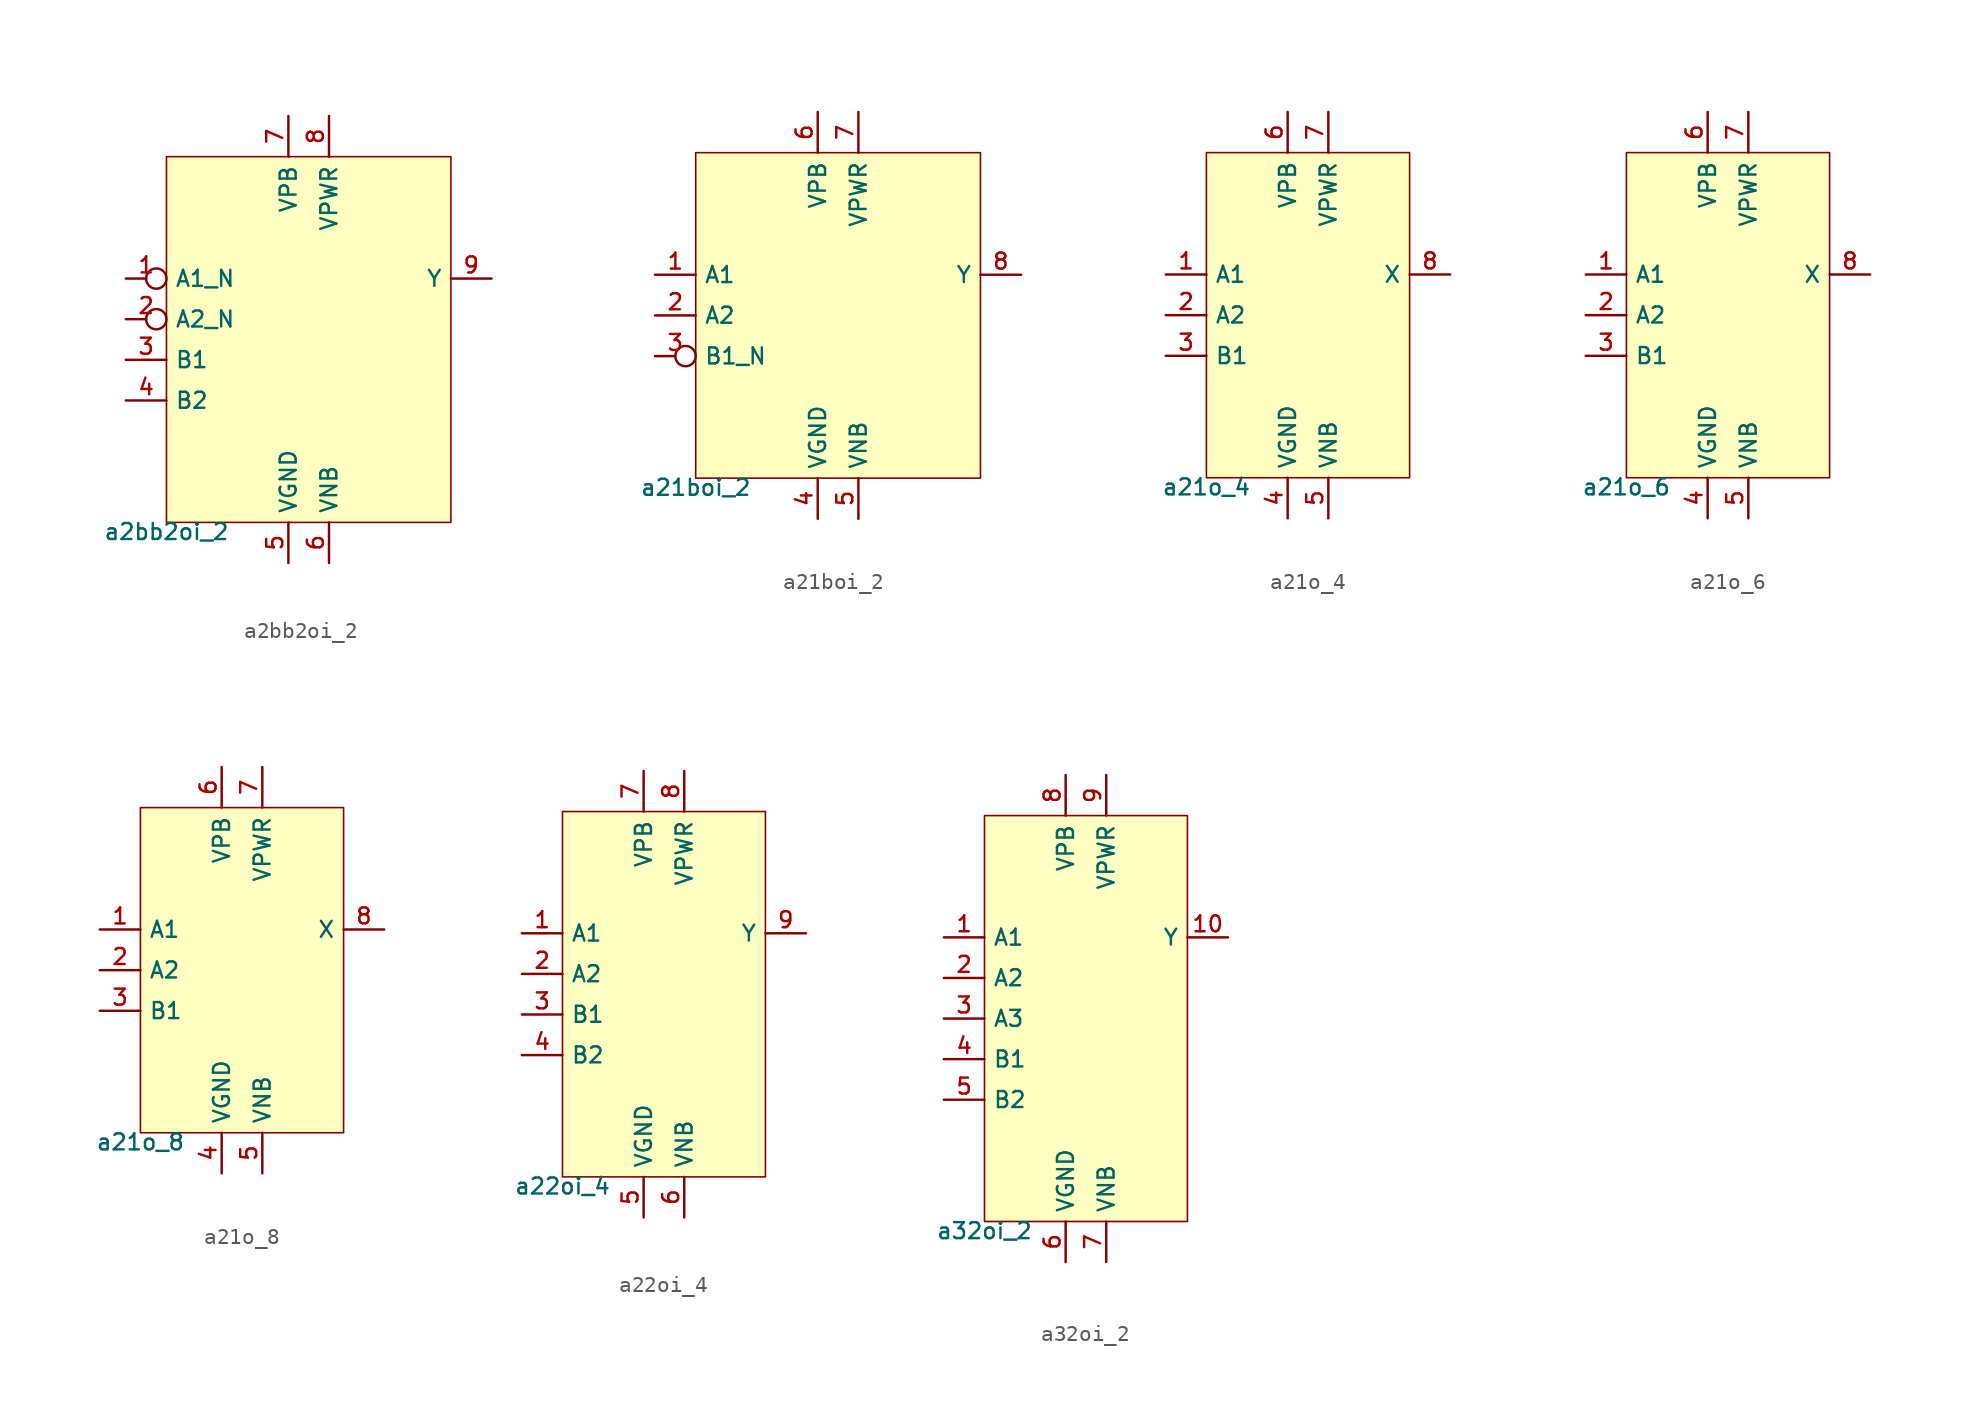
<source format=kicad_sym>
(kicad_symbol_lib
  (version 20211014)
  (generator pdk2kicad)
  (symbol "a2bb2oi_2"
    (property "Reference" "X"
      (at 0 0 0)
      (effects (font (size 1 1)) hide))
    (property "Value" "a2bb2oi_2"
      (at -8.89 -11.43 0)
      (effects (font (size 1 1)) (justify top)))
    (rectangle
      (start -8.89 -11.43)
      (end 8.89 11.43)
      (stroke (width 0.1) (type solid) (color 0 0 0 0))
      (fill (type background)))
    (pin input inverted
      (at -11.43 3.81 0)
      (length 2.54)
      (name "A1_N" (effects (font (size 1 1)) hide))
      (number "1" (effects (font (size 1 1)) hide)))
    (pin input inverted
      (at -11.43 1.27 0)
      (length 2.54)
      (name "A2_N" (effects (font (size 1 1)) hide))
      (number "2" (effects (font (size 1 1)) hide)))
    (pin input line
      (at -11.43 -1.27 0)
      (length 2.54)
      (name "B1" (effects (font (size 1 1)) hide))
      (number "3" (effects (font (size 1 1)) hide)))
    (pin input line
      (at -11.43 -3.81 0)
      (length 2.54)
      (name "B2" (effects (font (size 1 1)) hide))
      (number "4" (effects (font (size 1 1)) hide)))
    (pin power_in line
      (at -1.27 -13.97 90)
      (length 2.54)
      (name "VGND" (effects (font (size 1 1)) hide))
      (number "5" (effects (font (size 1 1)) hide)))
    (pin power_in line
      (at 1.27 -13.97 90)
      (length 2.54)
      (name "VNB" (effects (font (size 1 1)) hide))
      (number "6" (effects (font (size 1 1)) hide)))
    (pin power_in line
      (at -1.27 13.97 270)
      (length 2.54)
      (name "VPB" (effects (font (size 1 1)) hide))
      (number "7" (effects (font (size 1 1)) hide)))
    (pin power_in line
      (at 1.27 13.97 270)
      (length 2.54)
      (name "VPWR" (effects (font (size 1 1)) hide))
      (number "8" (effects (font (size 1 1)) hide)))
    (pin output line
      (at 11.43 3.81 180)
      (length 2.54)
      (name "Y" (effects (font (size 1 1)) hide))
      (number "9" (effects (font (size 1 1)) hide))))
  (symbol "a21boi_2"
    (property "Reference" "X"
      (at 0 0 0)
      (effects (font (size 1 1)) hide))
    (property "Value" "a21boi_2"
      (at -8.89 -10.16 0)
      (effects (font (size 1 1)) (justify top)))
    (rectangle
      (start -8.89 -10.16)
      (end 8.89 10.16)
      (stroke (width 0.1) (type solid) (color 0 0 0 0))
      (fill (type background)))
    (pin input line
      (at -11.43 2.54 0)
      (length 2.54)
      (name "A1" (effects (font (size 1 1)) hide))
      (number "1" (effects (font (size 1 1)) hide)))
    (pin input line
      (at -11.43 0.0 0)
      (length 2.54)
      (name "A2" (effects (font (size 1 1)) hide))
      (number "2" (effects (font (size 1 1)) hide)))
    (pin input inverted
      (at -11.43 -2.54 0)
      (length 2.54)
      (name "B1_N" (effects (font (size 1 1)) hide))
      (number "3" (effects (font (size 1 1)) hide)))
    (pin power_in line
      (at -1.27 -12.7 90)
      (length 2.54)
      (name "VGND" (effects (font (size 1 1)) hide))
      (number "4" (effects (font (size 1 1)) hide)))
    (pin power_in line
      (at 1.27 -12.7 90)
      (length 2.54)
      (name "VNB" (effects (font (size 1 1)) hide))
      (number "5" (effects (font (size 1 1)) hide)))
    (pin power_in line
      (at -1.27 12.7 270)
      (length 2.54)
      (name "VPB" (effects (font (size 1 1)) hide))
      (number "6" (effects (font (size 1 1)) hide)))
    (pin power_in line
      (at 1.27 12.7 270)
      (length 2.54)
      (name "VPWR" (effects (font (size 1 1)) hide))
      (number "7" (effects (font (size 1 1)) hide)))
    (pin output line
      (at 11.43 2.54 180)
      (length 2.54)
      (name "Y" (effects (font (size 1 1)) hide))
      (number "8" (effects (font (size 1 1)) hide))))
  (symbol "a21o_4"
    (property "Reference" "X"
      (at 0 0 0)
      (effects (font (size 1 1)) hide))
    (property "Value" "a21o_4"
      (at -6.35 -10.16 0)
      (effects (font (size 1 1)) (justify top)))
    (rectangle
      (start -6.35 -10.16)
      (end 6.35 10.16)
      (stroke (width 0.1) (type solid) (color 0 0 0 0))
      (fill (type background)))
    (pin input line
      (at -8.89 2.54 0)
      (length 2.54)
      (name "A1" (effects (font (size 1 1)) hide))
      (number "1" (effects (font (size 1 1)) hide)))
    (pin input line
      (at -8.89 0.0 0)
      (length 2.54)
      (name "A2" (effects (font (size 1 1)) hide))
      (number "2" (effects (font (size 1 1)) hide)))
    (pin input line
      (at -8.89 -2.54 0)
      (length 2.54)
      (name "B1" (effects (font (size 1 1)) hide))
      (number "3" (effects (font (size 1 1)) hide)))
    (pin power_in line
      (at -1.27 -12.7 90)
      (length 2.54)
      (name "VGND" (effects (font (size 1 1)) hide))
      (number "4" (effects (font (size 1 1)) hide)))
    (pin power_in line
      (at 1.27 -12.7 90)
      (length 2.54)
      (name "VNB" (effects (font (size 1 1)) hide))
      (number "5" (effects (font (size 1 1)) hide)))
    (pin power_in line
      (at -1.27 12.7 270)
      (length 2.54)
      (name "VPB" (effects (font (size 1 1)) hide))
      (number "6" (effects (font (size 1 1)) hide)))
    (pin power_in line
      (at 1.27 12.7 270)
      (length 2.54)
      (name "VPWR" (effects (font (size 1 1)) hide))
      (number "7" (effects (font (size 1 1)) hide)))
    (pin output line
      (at 8.89 2.54 180)
      (length 2.54)
      (name "X" (effects (font (size 1 1)) hide))
      (number "8" (effects (font (size 1 1)) hide))))
  (symbol "a21o_6"
    (property "Reference" "X"
      (at 0 0 0)
      (effects (font (size 1 1)) hide))
    (property "Value" "a21o_6"
      (at -6.35 -10.16 0)
      (effects (font (size 1 1)) (justify top)))
    (rectangle
      (start -6.35 -10.16)
      (end 6.35 10.16)
      (stroke (width 0.1) (type solid) (color 0 0 0 0))
      (fill (type background)))
    (pin input line
      (at -8.89 2.54 0)
      (length 2.54)
      (name "A1" (effects (font (size 1 1)) hide))
      (number "1" (effects (font (size 1 1)) hide)))
    (pin input line
      (at -8.89 0.0 0)
      (length 2.54)
      (name "A2" (effects (font (size 1 1)) hide))
      (number "2" (effects (font (size 1 1)) hide)))
    (pin input line
      (at -8.89 -2.54 0)
      (length 2.54)
      (name "B1" (effects (font (size 1 1)) hide))
      (number "3" (effects (font (size 1 1)) hide)))
    (pin power_in line
      (at -1.27 -12.7 90)
      (length 2.54)
      (name "VGND" (effects (font (size 1 1)) hide))
      (number "4" (effects (font (size 1 1)) hide)))
    (pin power_in line
      (at 1.27 -12.7 90)
      (length 2.54)
      (name "VNB" (effects (font (size 1 1)) hide))
      (number "5" (effects (font (size 1 1)) hide)))
    (pin power_in line
      (at -1.27 12.7 270)
      (length 2.54)
      (name "VPB" (effects (font (size 1 1)) hide))
      (number "6" (effects (font (size 1 1)) hide)))
    (pin power_in line
      (at 1.27 12.7 270)
      (length 2.54)
      (name "VPWR" (effects (font (size 1 1)) hide))
      (number "7" (effects (font (size 1 1)) hide)))
    (pin output line
      (at 8.89 2.54 180)
      (length 2.54)
      (name "X" (effects (font (size 1 1)) hide))
      (number "8" (effects (font (size 1 1)) hide))))
  (symbol "a21o_8"
    (property "Reference" "X"
      (at 0 0 0)
      (effects (font (size 1 1)) hide))
    (property "Value" "a21o_8"
      (at -6.35 -10.16 0)
      (effects (font (size 1 1)) (justify top)))
    (rectangle
      (start -6.35 -10.16)
      (end 6.35 10.16)
      (stroke (width 0.1) (type solid) (color 0 0 0 0))
      (fill (type background)))
    (pin input line
      (at -8.89 2.54 0)
      (length 2.54)
      (name "A1" (effects (font (size 1 1)) hide))
      (number "1" (effects (font (size 1 1)) hide)))
    (pin input line
      (at -8.89 0.0 0)
      (length 2.54)
      (name "A2" (effects (font (size 1 1)) hide))
      (number "2" (effects (font (size 1 1)) hide)))
    (pin input line
      (at -8.89 -2.54 0)
      (length 2.54)
      (name "B1" (effects (font (size 1 1)) hide))
      (number "3" (effects (font (size 1 1)) hide)))
    (pin power_in line
      (at -1.27 -12.7 90)
      (length 2.54)
      (name "VGND" (effects (font (size 1 1)) hide))
      (number "4" (effects (font (size 1 1)) hide)))
    (pin power_in line
      (at 1.27 -12.7 90)
      (length 2.54)
      (name "VNB" (effects (font (size 1 1)) hide))
      (number "5" (effects (font (size 1 1)) hide)))
    (pin power_in line
      (at -1.27 12.7 270)
      (length 2.54)
      (name "VPB" (effects (font (size 1 1)) hide))
      (number "6" (effects (font (size 1 1)) hide)))
    (pin power_in line
      (at 1.27 12.7 270)
      (length 2.54)
      (name "VPWR" (effects (font (size 1 1)) hide))
      (number "7" (effects (font (size 1 1)) hide)))
    (pin output line
      (at 8.89 2.54 180)
      (length 2.54)
      (name "X" (effects (font (size 1 1)) hide))
      (number "8" (effects (font (size 1 1)) hide))))
  (symbol "a22oi_4"
    (property "Reference" "X"
      (at 0 0 0)
      (effects (font (size 1 1)) hide))
    (property "Value" "a22oi_4"
      (at -6.35 -11.43 0)
      (effects (font (size 1 1)) (justify top)))
    (rectangle
      (start -6.35 -11.43)
      (end 6.35 11.43)
      (stroke (width 0.1) (type solid) (color 0 0 0 0))
      (fill (type background)))
    (pin input line
      (at -8.89 3.81 0)
      (length 2.54)
      (name "A1" (effects (font (size 1 1)) hide))
      (number "1" (effects (font (size 1 1)) hide)))
    (pin input line
      (at -8.89 1.27 0)
      (length 2.54)
      (name "A2" (effects (font (size 1 1)) hide))
      (number "2" (effects (font (size 1 1)) hide)))
    (pin input line
      (at -8.89 -1.27 0)
      (length 2.54)
      (name "B1" (effects (font (size 1 1)) hide))
      (number "3" (effects (font (size 1 1)) hide)))
    (pin input line
      (at -8.89 -3.81 0)
      (length 2.54)
      (name "B2" (effects (font (size 1 1)) hide))
      (number "4" (effects (font (size 1 1)) hide)))
    (pin power_in line
      (at -1.27 -13.97 90)
      (length 2.54)
      (name "VGND" (effects (font (size 1 1)) hide))
      (number "5" (effects (font (size 1 1)) hide)))
    (pin power_in line
      (at 1.27 -13.97 90)
      (length 2.54)
      (name "VNB" (effects (font (size 1 1)) hide))
      (number "6" (effects (font (size 1 1)) hide)))
    (pin power_in line
      (at -1.27 13.97 270)
      (length 2.54)
      (name "VPB" (effects (font (size 1 1)) hide))
      (number "7" (effects (font (size 1 1)) hide)))
    (pin power_in line
      (at 1.27 13.97 270)
      (length 2.54)
      (name "VPWR" (effects (font (size 1 1)) hide))
      (number "8" (effects (font (size 1 1)) hide)))
    (pin output line
      (at 8.89 3.81 180)
      (length 2.54)
      (name "Y" (effects (font (size 1 1)) hide))
      (number "9" (effects (font (size 1 1)) hide))))
  (symbol "a32oi_2"
    (property "Reference" "X"
      (at 0 0 0)
      (effects (font (size 1 1)) hide))
    (property "Value" "a32oi_2"
      (at -6.35 -12.7 0)
      (effects (font (size 1 1)) (justify top)))
    (rectangle
      (start -6.35 -12.7)
      (end 6.35 12.7)
      (stroke (width 0.1) (type solid) (color 0 0 0 0))
      (fill (type background)))
    (pin input line
      (at -8.89 5.08 0)
      (length 2.54)
      (name "A1" (effects (font (size 1 1)) hide))
      (number "1" (effects (font (size 1 1)) hide)))
    (pin input line
      (at -8.89 2.54 0)
      (length 2.54)
      (name "A2" (effects (font (size 1 1)) hide))
      (number "2" (effects (font (size 1 1)) hide)))
    (pin input line
      (at -8.89 -8.881784197001252e-16 0)
      (length 2.54)
      (name "A3" (effects (font (size 1 1)) hide))
      (number "3" (effects (font (size 1 1)) hide)))
    (pin input line
      (at -8.89 -2.54 0)
      (length 2.54)
      (name "B1" (effects (font (size 1 1)) hide))
      (number "4" (effects (font (size 1 1)) hide)))
    (pin input line
      (at -8.89 -5.08 0)
      (length 2.54)
      (name "B2" (effects (font (size 1 1)) hide))
      (number "5" (effects (font (size 1 1)) hide)))
    (pin power_in line
      (at -1.27 -15.24 90)
      (length 2.54)
      (name "VGND" (effects (font (size 1 1)) hide))
      (number "6" (effects (font (size 1 1)) hide)))
    (pin power_in line
      (at 1.27 -15.24 90)
      (length 2.54)
      (name "VNB" (effects (font (size 1 1)) hide))
      (number "7" (effects (font (size 1 1)) hide)))
    (pin power_in line
      (at -1.27 15.24 270)
      (length 2.54)
      (name "VPB" (effects (font (size 1 1)) hide))
      (number "8" (effects (font (size 1 1)) hide)))
    (pin power_in line
      (at 1.27 15.24 270)
      (length 2.54)
      (name "VPWR" (effects (font (size 1 1)) hide))
      (number "9" (effects (font (size 1 1)) hide)))
    (pin output line
      (at 8.89 5.08 180)
      (length 2.54)
      (name "Y" (effects (font (size 1 1)) hide))
      (number "10" (effects (font (size 1 1)) hide)))))
</source>
